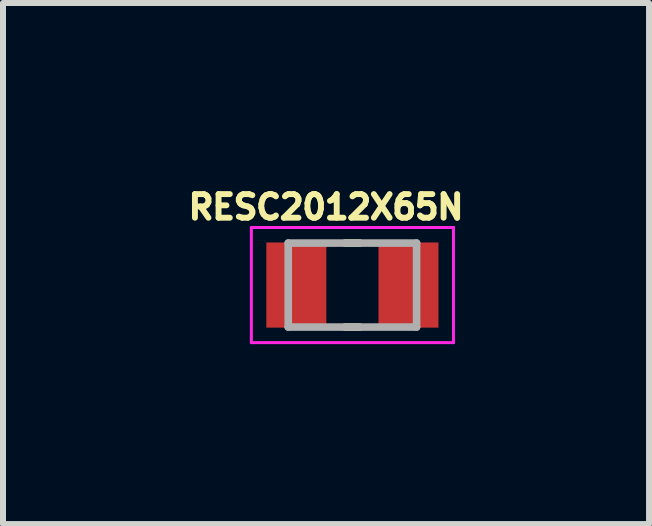
<source format=kicad_pcb>
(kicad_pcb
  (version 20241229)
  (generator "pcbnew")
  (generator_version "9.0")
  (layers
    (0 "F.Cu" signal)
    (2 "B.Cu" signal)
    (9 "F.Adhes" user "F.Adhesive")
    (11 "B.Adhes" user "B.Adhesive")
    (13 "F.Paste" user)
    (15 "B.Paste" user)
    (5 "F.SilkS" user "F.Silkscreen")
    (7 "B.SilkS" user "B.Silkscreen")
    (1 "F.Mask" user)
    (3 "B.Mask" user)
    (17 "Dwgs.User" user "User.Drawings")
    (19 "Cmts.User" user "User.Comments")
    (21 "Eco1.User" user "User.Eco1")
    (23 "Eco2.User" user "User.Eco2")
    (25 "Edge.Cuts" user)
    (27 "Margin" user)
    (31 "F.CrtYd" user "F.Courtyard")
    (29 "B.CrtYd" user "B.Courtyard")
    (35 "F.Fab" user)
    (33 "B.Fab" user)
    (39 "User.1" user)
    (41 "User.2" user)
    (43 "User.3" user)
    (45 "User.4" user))
  (footprint "RESC2012X65N"
    (layer "F.Cu")
    (at 2.826 1.703)
    (property "Reference" "RESC2012X65N" (at -0.44 -1.3 0) (layer "F.SilkS") (effects (font (size 0.394 0.394) (thickness 0.15))))
    (attr smd)
    (fp_line (start -0.12 -0.7) (end 0.12 -0.7) (stroke (width 0.127) (type solid)) (layer "F.SilkS"))
    (fp_line (start -0.12 0.7) (end 0.12 0.7) (stroke (width 0.127) (type solid)) (layer "F.SilkS"))
    (fp_line (start -1.685 -0.96) (end 1.685 -0.96) (stroke (width 0.05) (type solid)) (layer "F.CrtYd"))
    (fp_line (start -1.685 0.96) (end -1.685 -0.96) (stroke (width 0.05) (type solid)) (layer "F.CrtYd"))
    (fp_line (start -1.685 0.96) (end 1.685 0.96) (stroke (width 0.05) (type solid)) (layer "F.CrtYd"))
    (fp_line (start 1.685 0.96) (end 1.685 -0.96) (stroke (width 0.05) (type solid)) (layer "F.CrtYd"))
    (fp_line (start -1.07 0.7) (end -1.07 -0.7) (stroke (width 0.127) (type solid)) (layer "F.Fab"))
    (fp_line (start 1.07 -0.7) (end -1.07 -0.7) (stroke (width 0.127) (type solid)) (layer "F.Fab"))
    (fp_line (start 1.07 0.7) (end -1.07 0.7) (stroke (width 0.127) (type solid)) (layer "F.Fab"))
    (fp_line (start 1.07 0.7) (end 1.07 -0.7) (stroke (width 0.127) (type solid)) (layer "F.Fab"))
    (pad "1" smd rect (at -0.935 0) (size 1 1.42) (layers "F.Cu" "F.Mask" "F.Paste"))
    (pad "2" smd rect (at 0.935 0) (size 1 1.42) (layers "F.Cu" "F.Mask" "F.Paste")))
  (gr_rect
    (start -3 -3)
    (end 7.772 5.688)
    (stroke (width 0.1) (type default))
    (fill no)
    (layer "Edge.Cuts")))
</source>
